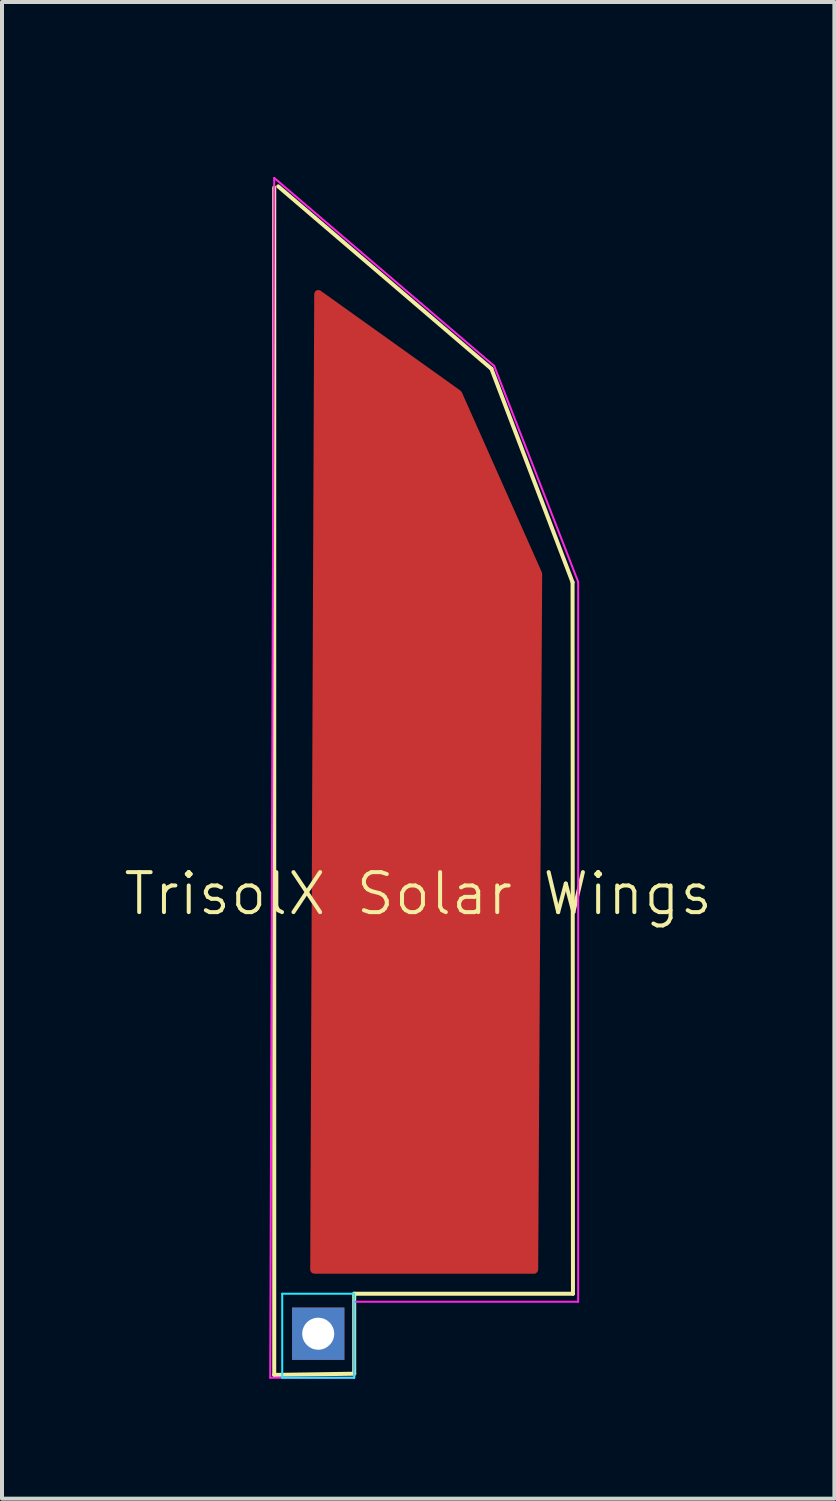
<source format=kicad_pcb>
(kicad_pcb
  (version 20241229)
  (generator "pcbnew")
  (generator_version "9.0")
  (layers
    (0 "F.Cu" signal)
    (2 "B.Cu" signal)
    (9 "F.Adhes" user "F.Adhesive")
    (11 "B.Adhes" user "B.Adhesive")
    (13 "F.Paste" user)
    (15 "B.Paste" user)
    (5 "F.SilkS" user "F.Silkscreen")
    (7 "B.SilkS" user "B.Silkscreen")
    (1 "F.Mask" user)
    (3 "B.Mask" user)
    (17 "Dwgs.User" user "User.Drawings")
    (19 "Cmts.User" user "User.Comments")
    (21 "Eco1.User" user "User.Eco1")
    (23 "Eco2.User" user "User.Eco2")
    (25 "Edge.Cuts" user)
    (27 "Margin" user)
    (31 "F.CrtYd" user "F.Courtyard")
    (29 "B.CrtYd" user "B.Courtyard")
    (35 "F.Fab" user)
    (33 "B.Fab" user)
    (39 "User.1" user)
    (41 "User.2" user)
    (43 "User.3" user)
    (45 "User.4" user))
  (footprint "TrisolX Solar Wings"
    (layer "F.Cu")
    (at 7.407 19.8)
    (property "Reference" "TrisolX Solar Wings" (at 0 -0.5 0) (unlocked yes) (layer "F.SilkS") (effects (font (size 1 1) (thickness 0.1))))
    (attr smd)
    (fp_line (start -3.6 -18.16) (end -3.6 11.53) (stroke (width 0.1) (type default)) (layer "F.SilkS"))
    (fp_line (start -3.6 11.53) (end -1.6 11.5) (stroke (width 0.1) (type default)) (layer "F.SilkS"))
    (fp_line (start -1.6 9.5) (end 3.87 9.5) (stroke (width 0.1) (type default)) (layer "F.SilkS"))
    (fp_line (start -1.6 11.5) (end -1.6 9.5) (stroke (width 0.1) (type default)) (layer "F.SilkS"))
    (fp_line (start 1.83 -13.63) (end -3.5 -18.19) (stroke (width 0.1) (type default)) (layer "F.SilkS"))
    (fp_line (start 3.86 -8.29) (end 1.83 -13.63) (stroke (width 0.1) (type default)) (layer "F.SilkS"))
    (fp_line (start 3.87 9.5) (end 3.86 -8.29) (stroke (width 0.1) (type default)) (layer "F.SilkS"))
    (fp_line (start -3.4 9.5) (end -3.4 11.6) (stroke (width 0.05) (type default)) (layer "B.CrtYd"))
    (fp_line (start -3.4 9.5) (end -1.6 9.5) (stroke (width 0.05) (type default)) (layer "B.CrtYd"))
    (fp_line (start -3.4 11.6) (end -1.6 11.6) (stroke (width 0.05) (type default)) (layer "B.CrtYd"))
    (fp_line (start -1.6 11.6) (end -1.6 9.5) (stroke (width 0.05) (type default)) (layer "B.CrtYd"))
    (fp_line (start -3.7 11.6) (end -1.6 11.6) (stroke (width 0.05) (type default)) (layer "F.CrtYd"))
    (fp_line (start -3.6 -18.4) (end -3.7 11.6) (stroke (width 0.05) (type default)) (layer "F.CrtYd"))
    (fp_line (start -1.6 9.7) (end 4 9.7) (stroke (width 0.05) (type default)) (layer "F.CrtYd"))
    (fp_line (start -1.6 11.6) (end -1.6 9.7) (stroke (width 0.05) (type default)) (layer "F.CrtYd"))
    (fp_line (start 1.9 -13.7) (end -3.6 -18.4) (stroke (width 0.05) (type default)) (layer "F.CrtYd"))
    (fp_line (start 4 -8.3) (end 1.9 -13.7) (stroke (width 0.05) (type default)) (layer "F.CrtYd"))
    (fp_line (start 4 9.7) (end 4 -8.3) (stroke (width 0.05) (type default)) (layer "F.CrtYd"))
    (pad "1" smd custom (at 0.5 -1 270) (size 10 3.35) (layers "F.Cu" "F.Mask" "F.Paste") (options (anchor rect)) (primitives (gr_poly (pts (xy -14.5 3) (xy 9.9 3.1) (xy 9.9 -2.4) (xy -7.5 -2.5) (xy -12 -0.5)) (width 0.2) (fill yes))))
    (pad "2" thru_hole rect (at -2.5 10.5 270) (size 1.308 1.308) (drill 0.8) (layers "*.Cu" "*.Mask"))
    (zone (net_name "") (layer "F.Cu") (hatch full 0.5) (connect_pads) (min_thickness 0.25) (filled_areas_thickness no) (keepout (tracks allowed) (vias allowed) (pads allowed) (copperpour not_allowed) (footprints allowed)) (placement (enabled no)) (fill) (polygon (pts (xy 3.407 0) (xy 9.407 5) (xy 11.907 11.2) (xy 11.907 29.2) (xy 3.407 29.3)))))
  (gr_rect
    (start -3 -3)
    (end 17.814 34.425)
    (stroke (width 0.1) (type default))
    (fill no)
    (layer "Edge.Cuts")))
</source>
